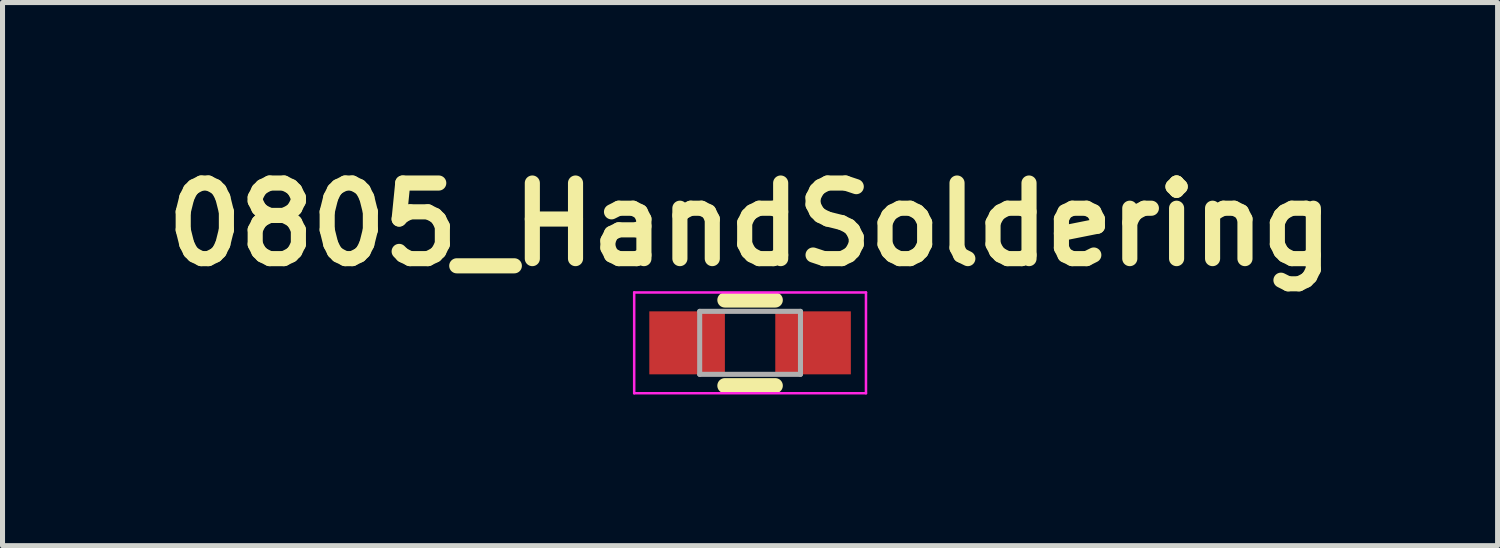
<source format=kicad_pcb>
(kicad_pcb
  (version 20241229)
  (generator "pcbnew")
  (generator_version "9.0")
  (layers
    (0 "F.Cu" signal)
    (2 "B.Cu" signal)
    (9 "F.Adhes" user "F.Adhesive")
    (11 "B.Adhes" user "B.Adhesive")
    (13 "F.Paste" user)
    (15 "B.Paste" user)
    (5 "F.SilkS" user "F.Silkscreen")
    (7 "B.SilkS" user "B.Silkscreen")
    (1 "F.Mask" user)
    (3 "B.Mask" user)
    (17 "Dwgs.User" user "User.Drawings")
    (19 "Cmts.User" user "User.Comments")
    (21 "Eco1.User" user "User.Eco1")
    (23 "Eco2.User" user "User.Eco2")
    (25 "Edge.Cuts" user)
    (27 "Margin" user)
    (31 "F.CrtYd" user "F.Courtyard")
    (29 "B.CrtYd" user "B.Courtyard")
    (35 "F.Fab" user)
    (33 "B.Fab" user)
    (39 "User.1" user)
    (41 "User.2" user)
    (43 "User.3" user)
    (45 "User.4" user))
  (footprint "0805_HandSoldering"
    (layer "F.Cu")
    (at 11.836 3.754)
    (property "Reference" "0805_HandSoldering" (at 0 -2.35 0) (layer "F.SilkS") (effects (font (size 1.5 1.5) (thickness 0.3))))
    (attr smd)
    (fp_line (start -0.5 0.85) (end 0.5 0.85) (stroke (width 0.3) (type solid)) (layer "F.SilkS"))
    (fp_line (start 0.5 -0.85) (end -0.5 -0.85) (stroke (width 0.3) (type solid)) (layer "F.SilkS"))
    (fp_line (start -2.3 -1) (end -2.3 1) (stroke (width 0.05) (type solid)) (layer "F.CrtYd"))
    (fp_line (start -2.3 -1) (end 2.3 -1) (stroke (width 0.05) (type solid)) (layer "F.CrtYd"))
    (fp_line (start -2.3 1) (end 2.3 1) (stroke (width 0.05) (type solid)) (layer "F.CrtYd"))
    (fp_line (start 2.3 -1) (end 2.3 1) (stroke (width 0.05) (type solid)) (layer "F.CrtYd"))
    (fp_line (start -1 -0.625) (end 1 -0.625) (stroke (width 0.1) (type solid)) (layer "F.Fab"))
    (fp_line (start -1 0.625) (end -1 -0.625) (stroke (width 0.1) (type solid)) (layer "F.Fab"))
    (fp_line (start 1 -0.625) (end 1 0.625) (stroke (width 0.1) (type solid)) (layer "F.Fab"))
    (fp_line (start 1 0.625) (end -1 0.625) (stroke (width 0.1) (type solid)) (layer "F.Fab"))
    (pad "1" smd rect (at -1.25 0) (size 1.5 1.25) (layers "F.Cu" "F.Mask" "F.Paste"))
    (pad "2" smd rect (at 1.25 0) (size 1.5 1.25) (layers "F.Cu" "F.Mask" "F.Paste")))
  (gr_rect
    (start -3 -3)
    (end 26.671 7.779)
    (stroke (width 0.1) (type default))
    (fill no)
    (layer "Edge.Cuts")))
</source>
